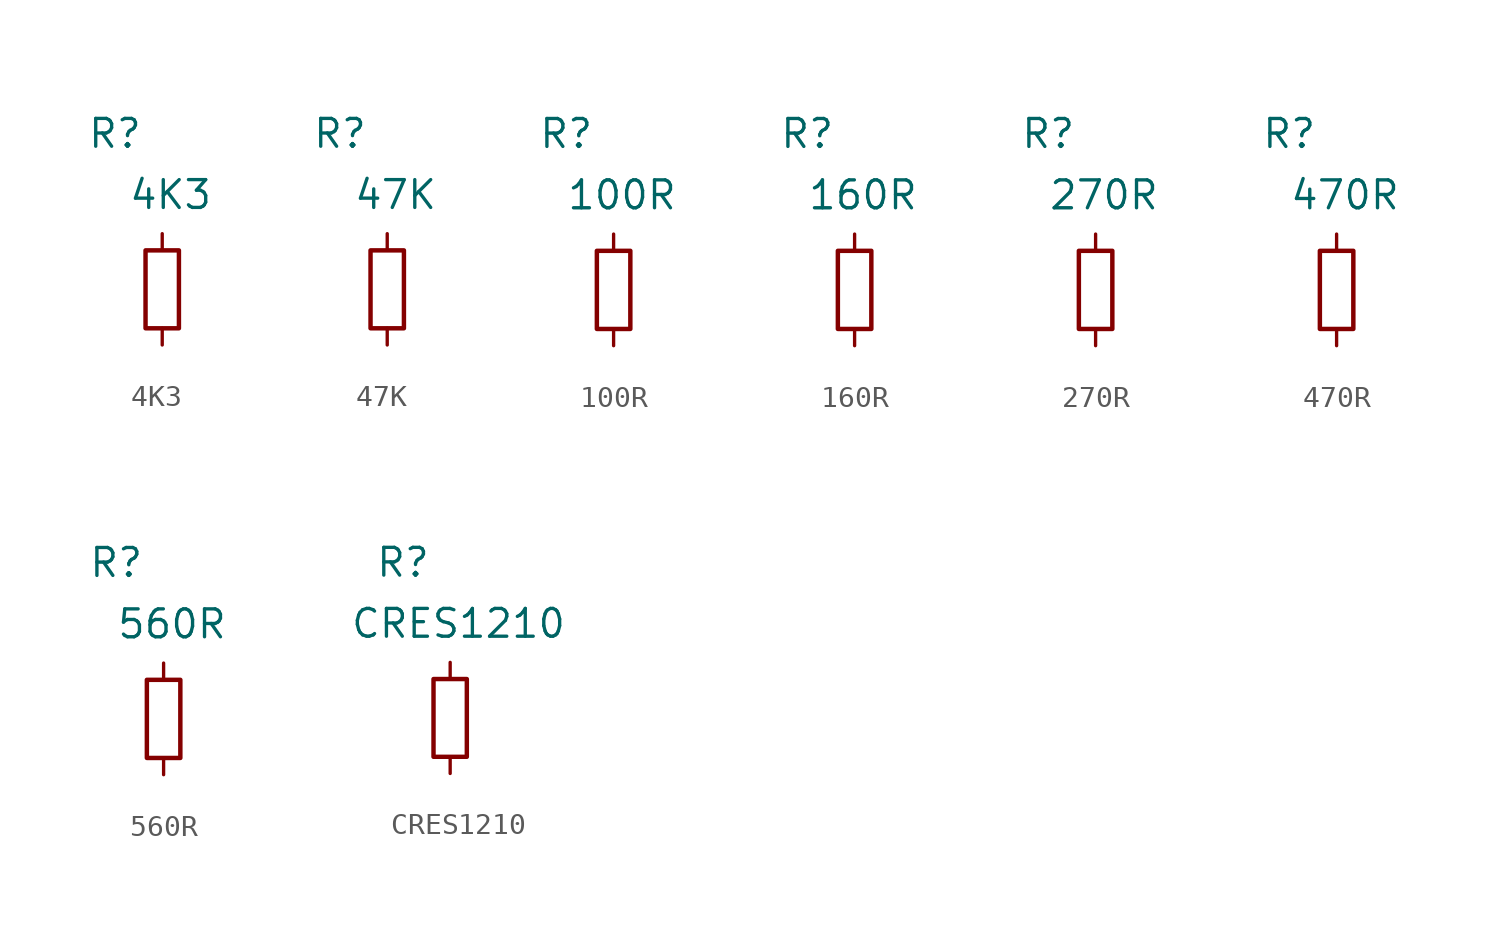
<source format=kicad_sym>
(kicad_symbol_lib
  (version 20241209)
  (generator "kicad_symbol_editor")
  (generator_version "9.0")
  (symbol "4K3"
    (pin_numbers
      (hide yes))
    (pin_names
      (offset 0)
      (hide yes))
    (property "Reference" "R"
      (at -2.159 6.985 0)
      (effects (font (size 1.27 1.27))))
    (property "Value" "4K3"
      (at 0.381 4.191 0)
      (effects (font (size 1.27 1.27))))
    (symbol "4K3_1_1"
      (rectangle (start -0.762 1.651) (end 0.762 -1.905) (stroke (width 0.203) (type solid)) (fill (type none)))
      (pin passive line (at 0 2.413 270) (length 0.762) (name "~" (effects (font (size 1.27 1.27)))) (number "1" (effects (font (size 1.27 1.27)))))
      (pin passive line (at 0 -2.667 90) (length 0.762) (name "~" (effects (font (size 1.27 1.27)))) (number "2" (effects (font (size 1.27 1.27)))))))
  (symbol "47K"
    (pin_numbers
      (hide yes))
    (pin_names
      (offset 0)
      (hide yes))
    (property "Reference" "R"
      (at -2.159 6.985 0)
      (effects (font (size 1.27 1.27))))
    (property "Value" "47K"
      (at 0.381 4.191 0)
      (effects (font (size 1.27 1.27))))
    (symbol "47K_1_1"
      (rectangle (start -0.762 1.651) (end 0.762 -1.905) (stroke (width 0.203) (type solid)) (fill (type none)))
      (pin passive line (at 0 2.413 270) (length 0.762) (name "~" (effects (font (size 1.27 1.27)))) (number "1" (effects (font (size 1.27 1.27)))))
      (pin passive line (at 0 -2.667 90) (length 0.762) (name "~" (effects (font (size 1.27 1.27)))) (number "2" (effects (font (size 1.27 1.27)))))))
  (symbol "100R"
    (pin_numbers
      (hide yes))
    (pin_names
      (offset 0)
      (hide yes))
    (property "Reference" "R"
      (at -2.159 6.985 0)
      (effects (font (size 1.27 1.27))))
    (property "Value" "100R"
      (at 0.381 4.191 0)
      (effects (font (size 1.27 1.27))))
    (symbol "100R_1_1"
      (rectangle (start -0.762 1.651) (end 0.762 -1.905) (stroke (width 0.203) (type solid)) (fill (type none)))
      (pin passive line (at 0 2.413 270) (length 0.762) (name "~" (effects (font (size 1.27 1.27)))) (number "1" (effects (font (size 1.27 1.27)))))
      (pin passive line (at 0 -2.667 90) (length 0.762) (name "~" (effects (font (size 1.27 1.27)))) (number "2" (effects (font (size 1.27 1.27)))))))
  (symbol "160R"
    (pin_numbers
      (hide yes))
    (pin_names
      (offset 0)
      (hide yes))
    (property "Reference" "R"
      (at -2.159 6.985 0)
      (effects (font (size 1.27 1.27))))
    (property "Value" "160R"
      (at 0.381 4.191 0)
      (effects (font (size 1.27 1.27))))
    (symbol "160R_1_1"
      (rectangle (start -0.762 1.651) (end 0.762 -1.905) (stroke (width 0.203) (type solid)) (fill (type none)))
      (pin passive line (at 0 2.413 270) (length 0.762) (name "~" (effects (font (size 1.27 1.27)))) (number "1" (effects (font (size 1.27 1.27)))))
      (pin passive line (at 0 -2.667 90) (length 0.762) (name "~" (effects (font (size 1.27 1.27)))) (number "2" (effects (font (size 1.27 1.27)))))))
  (symbol "270R"
    (pin_numbers
      (hide yes))
    (pin_names
      (offset 0)
      (hide yes))
    (property "Reference" "R"
      (at -2.159 6.985 0)
      (effects (font (size 1.27 1.27))))
    (property "Value" "270R"
      (at 0.381 4.191 0)
      (effects (font (size 1.27 1.27))))
    (symbol "270R_1_1"
      (rectangle (start -0.762 1.651) (end 0.762 -1.905) (stroke (width 0.203) (type solid)) (fill (type none)))
      (pin passive line (at 0 2.413 270) (length 0.762) (name "~" (effects (font (size 1.27 1.27)))) (number "1" (effects (font (size 1.27 1.27)))))
      (pin passive line (at 0 -2.667 90) (length 0.762) (name "~" (effects (font (size 1.27 1.27)))) (number "2" (effects (font (size 1.27 1.27)))))))
  (symbol "470R"
    (pin_numbers
      (hide yes))
    (pin_names
      (offset 0)
      (hide yes))
    (property "Reference" "R"
      (at -2.159 6.985 0)
      (effects (font (size 1.27 1.27))))
    (property "Value" "470R"
      (at 0.381 4.191 0)
      (effects (font (size 1.27 1.27))))
    (symbol "470R_1_1"
      (rectangle (start -0.762 1.651) (end 0.762 -1.905) (stroke (width 0.203) (type solid)) (fill (type none)))
      (pin passive line (at 0 2.413 270) (length 0.762) (name "~" (effects (font (size 1.27 1.27)))) (number "1" (effects (font (size 1.27 1.27)))))
      (pin passive line (at 0 -2.667 90) (length 0.762) (name "~" (effects (font (size 1.27 1.27)))) (number "2" (effects (font (size 1.27 1.27)))))))
  (symbol "560R"
    (pin_numbers
      (hide yes))
    (pin_names
      (offset 0)
      (hide yes))
    (property "Reference" "R"
      (at -2.159 6.985 0)
      (effects (font (size 1.27 1.27))))
    (property "Value" "560R"
      (at 0.381 4.191 0)
      (effects (font (size 1.27 1.27))))
    (symbol "560R_1_1"
      (rectangle (start -0.762 1.651) (end 0.762 -1.905) (stroke (width 0.203) (type solid)) (fill (type none)))
      (pin passive line (at 0 2.413 270) (length 0.762) (name "~" (effects (font (size 1.27 1.27)))) (number "1" (effects (font (size 1.27 1.27)))))
      (pin passive line (at 0 -2.667 90) (length 0.762) (name "~" (effects (font (size 1.27 1.27)))) (number "2" (effects (font (size 1.27 1.27)))))))
  (symbol "CRES1210"
    (pin_numbers
      (hide yes))
    (pin_names
      (offset 0))
    (property "Reference" "R"
      (at -2.159 6.985 0)
      (effects (font (size 1.27 1.27))))
    (property "Value" "CRES1210"
      (at 0.381 4.191 0)
      (effects (font (size 1.27 1.27))))
    (symbol "CRES1210_1_1"
      (rectangle (start -0.762 1.651) (end 0.762 -1.905) (stroke (width 0.203) (type solid)) (fill (type none)))
      (pin passive line (at 0 2.413 270) (length 0.762) (name "~" (effects (font (size 1.27 1.27)))) (number "1" (effects (font (size 1.27 1.27)))))
      (pin passive line (at 0 -2.667 90) (length 0.762) (name "~" (effects (font (size 1.27 1.27)))) (number "2" (effects (font (size 1.27 1.27))))))))
</source>
